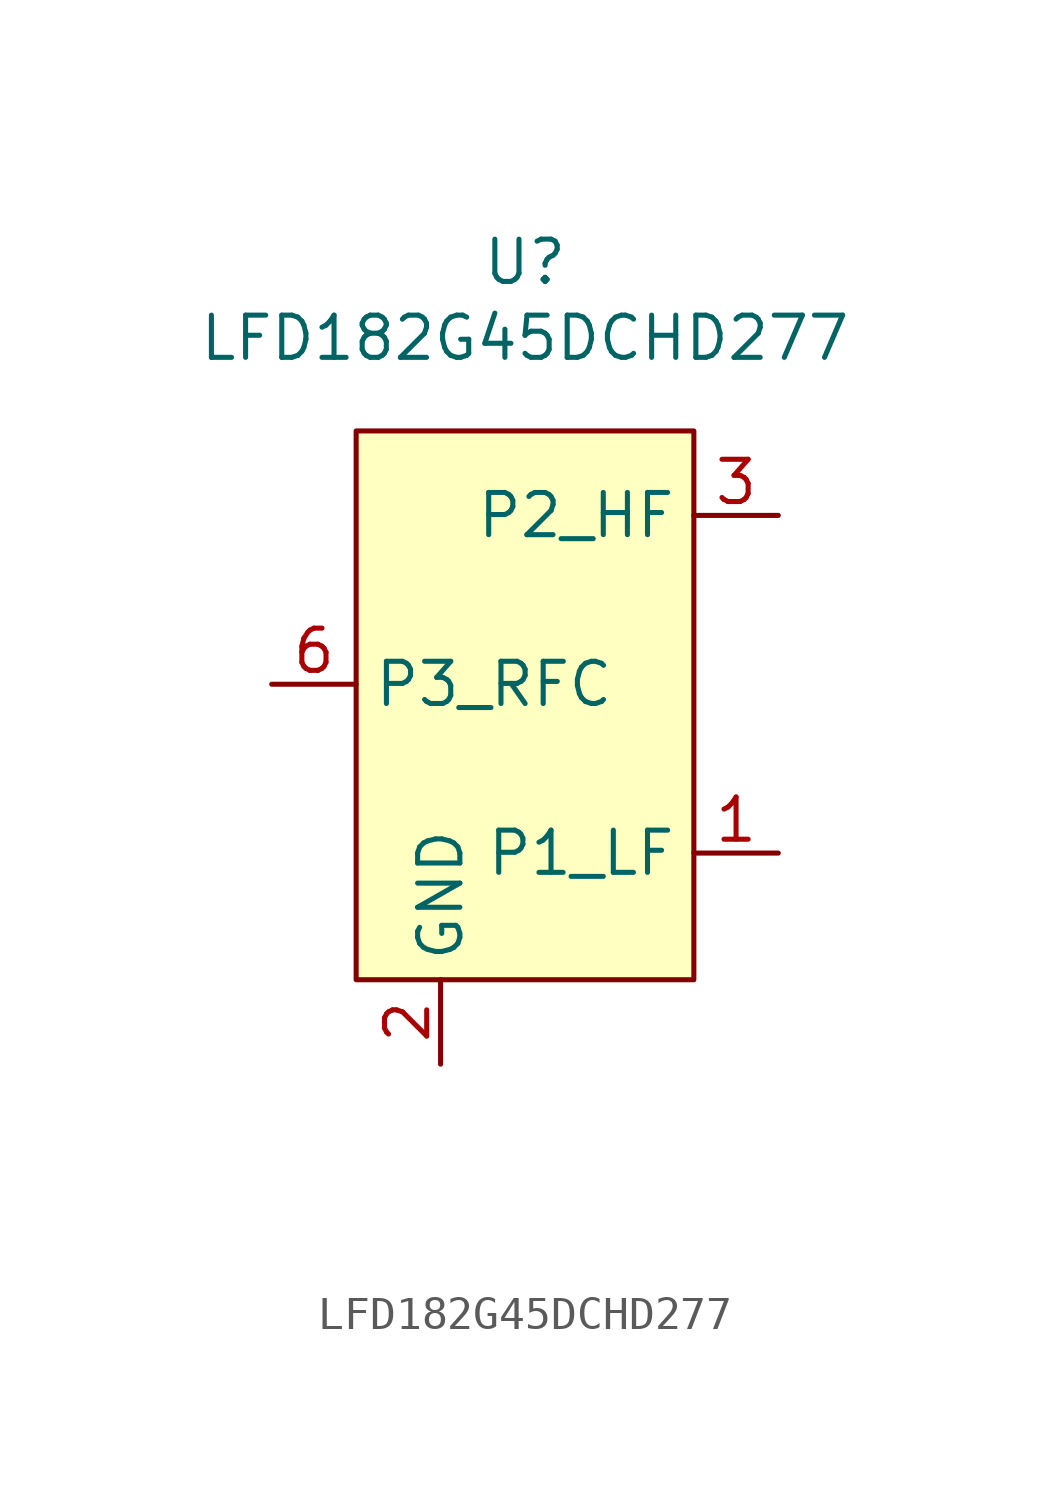
<source format=kicad_sym>
(kicad_symbol_lib
  (version 20241209)
  (generator "kicad_symbol_editor")
  (generator_version "9.0")
  (symbol "LFD182G45DCHD277"
    (property "Reference" "U"
      (at 0 5.08 0)
      (effects (font (size 1.27 1.27))))
    (property "Value" "LFD182G45DCHD277"
      (at 0 2.794 0)
      (effects (font (size 1.27 1.27))))
    (symbol "LFD182G45DCHD277_0_1"
      (rectangle (start -5.08 0) (end 5.08 -16.51) (stroke (width 0) (type default)) (fill (type background))))
    (symbol "LFD182G45DCHD277_1_0"
      (pin power_in line (at -2.54 -19.05 90) (length 2.54) (name "GND" (effects (font (size 1.27 1.27)))) (number "2" (effects (font (size 1.27 1.27)))))
      (pin power_in line (at -2.54 -19.05 90) (length 2.54) (hide yes) (name "GND" (effects (font (size 1.27 1.27)))) (number "5" (effects (font (size 1.27 1.27)))))
      (pin power_in line (at -2.54 -19.05 90) (length 2.54) (hide yes) (name "GND" (effects (font (size 1.27 1.27)))) (number "7" (effects (font (size 1.27 1.27)))))
      (pin no_connect line (at 7.62 -20.32 180) (length 2.54) (hide yes) (name "NC" (effects (font (size 1.27 1.27)))) (number "8" (effects (font (size 1.27 1.27)))))
      (pin no_connect line (at 7.62 -22.86 180) (length 2.54) (hide yes) (name "NC" (effects (font (size 1.27 1.27)))) (number "4" (effects (font (size 1.27 1.27))))))
    (symbol "LFD182G45DCHD277_1_1"
      (pin passive line (at -7.62 -7.62 0) (length 2.54) (name "P3_RFC" (effects (font (size 1.27 1.27)))) (number "6" (effects (font (size 1.27 1.27)))))
      (pin passive line (at 7.62 -2.54 180) (length 2.54) (name "P2_HF" (effects (font (size 1.27 1.27)))) (number "3" (effects (font (size 1.27 1.27)))))
      (pin passive line (at 7.62 -12.7 180) (length 2.54) (name "P1_LF" (effects (font (size 1.27 1.27)))) (number "1" (effects (font (size 1.27 1.27))))))))
</source>
